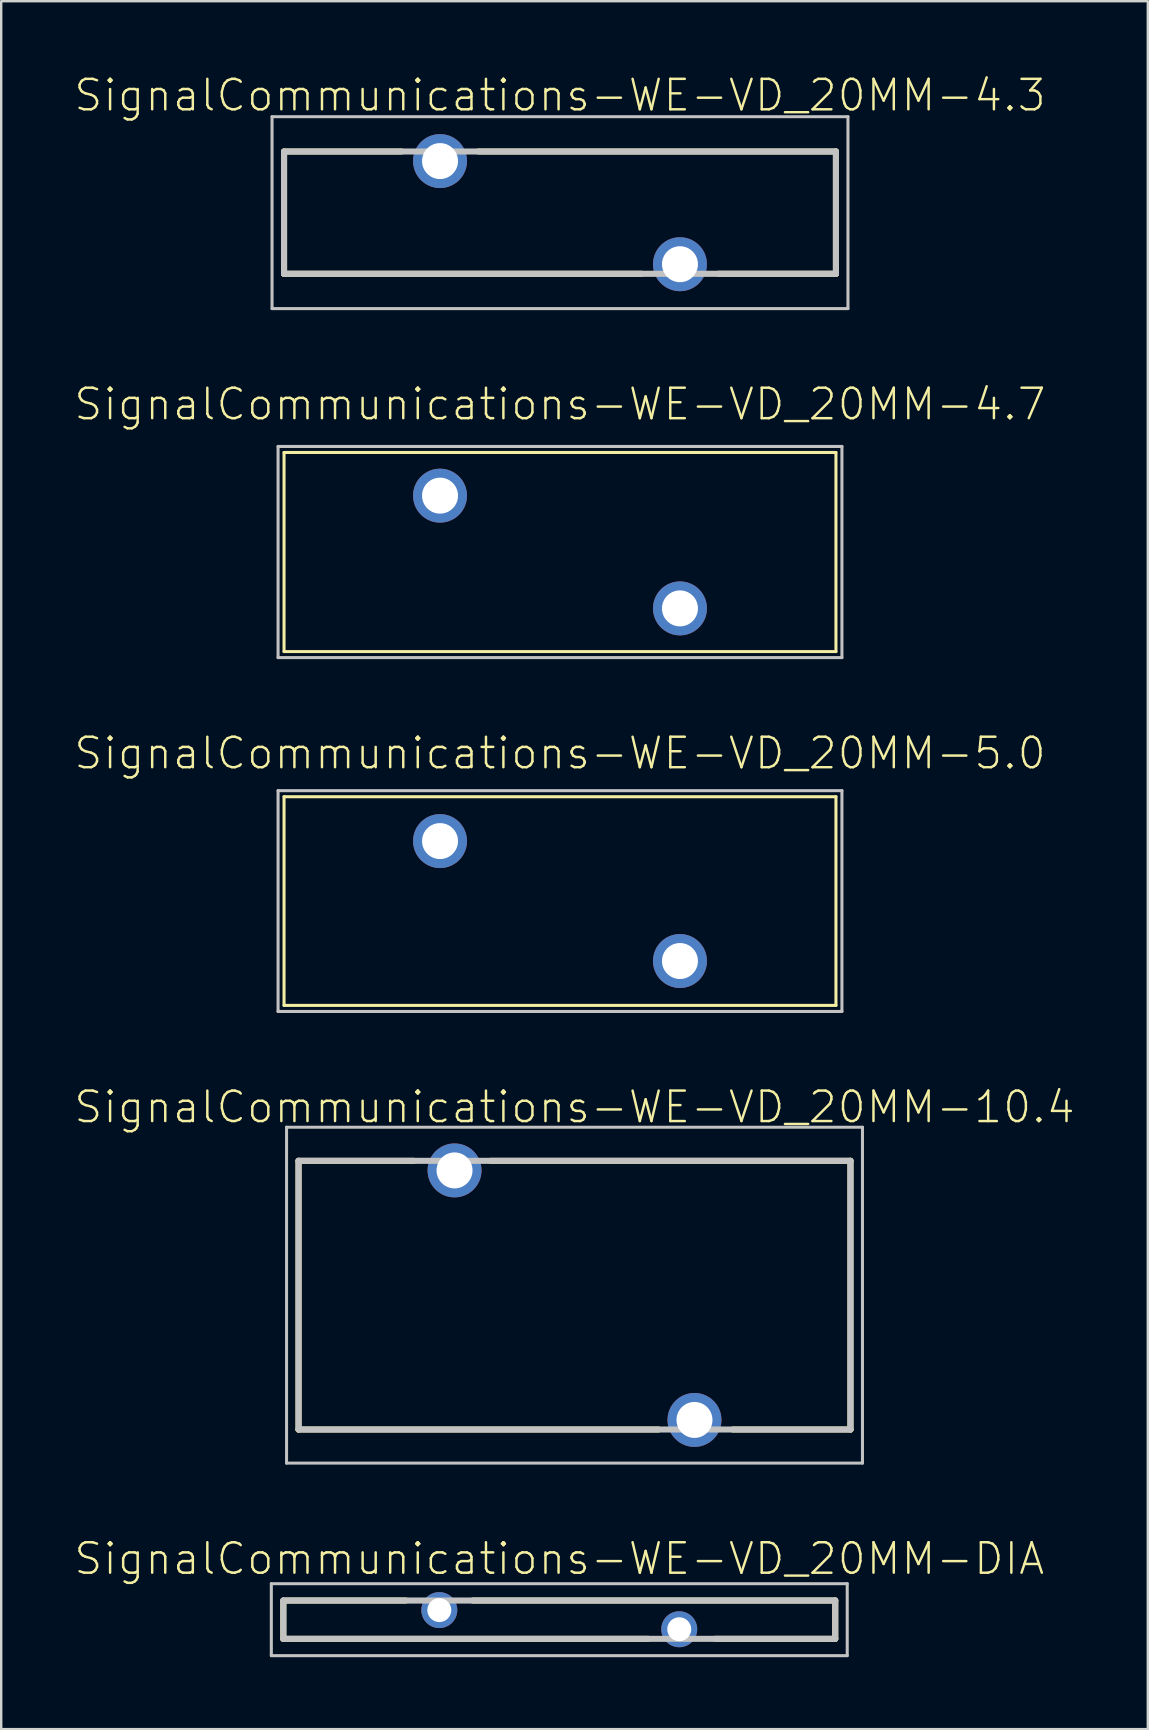
<source format=kicad_pcb>
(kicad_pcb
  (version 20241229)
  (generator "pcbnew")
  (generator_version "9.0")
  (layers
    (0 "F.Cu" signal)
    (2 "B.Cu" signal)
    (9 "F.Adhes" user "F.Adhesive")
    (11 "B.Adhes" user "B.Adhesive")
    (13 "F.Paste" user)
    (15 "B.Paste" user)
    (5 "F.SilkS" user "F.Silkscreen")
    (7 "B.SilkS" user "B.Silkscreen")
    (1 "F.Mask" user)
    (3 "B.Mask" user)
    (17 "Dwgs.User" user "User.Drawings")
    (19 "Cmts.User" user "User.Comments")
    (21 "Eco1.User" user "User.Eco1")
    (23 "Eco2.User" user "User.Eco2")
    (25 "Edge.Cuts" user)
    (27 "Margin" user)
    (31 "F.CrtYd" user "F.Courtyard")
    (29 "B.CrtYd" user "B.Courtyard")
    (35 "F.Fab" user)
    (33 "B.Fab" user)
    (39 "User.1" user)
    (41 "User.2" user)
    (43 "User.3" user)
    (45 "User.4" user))
  (footprint "SignalCommunications-WE-VD_20MM-10.4"
    (layer "F.Cu")
    (at 20.89 50.92)
    (property "Reference" "SignalCommunications-WE-VD_20MM-10.4" (at 0 -7.838 0) (layer "F.SilkS") (effects (font (size 1.27 1.27) (thickness 0.102))))
    (attr exclude_from_pos_files exclude_from_bom)
    (fp_line (start -11.499 -5.598) (end -6.698 -5.598) (stroke (width 0.254) (type solid)) (layer "F.SilkS"))
    (fp_line (start -11.499 5.598) (end -11.499 -5.598) (stroke (width 0.254) (type solid)) (layer "F.SilkS"))
    (fp_line (start -3.498 -5.598) (end 11.499 -5.598) (stroke (width 0.254) (type solid)) (layer "F.SilkS"))
    (fp_line (start 3.498 5.598) (end -11.499 5.598) (stroke (width 0.254) (type solid)) (layer "F.SilkS"))
    (fp_line (start 11.499 -5.598) (end 11.499 5.598) (stroke (width 0.254) (type solid)) (layer "F.SilkS"))
    (fp_line (start 11.499 5.598) (end 6.599 5.598) (stroke (width 0.254) (type solid)) (layer "F.SilkS"))
    (fp_line (start -11.999 -6.998) (end 11.999 -6.998) (stroke (width 0.127) (type solid)) (layer "Dwgs.User"))
    (fp_line (start -11.999 6.998) (end -11.999 -6.998) (stroke (width 0.127) (type solid)) (layer "Dwgs.User"))
    (fp_line (start -11.499 -5.598) (end 11.499 -5.598) (stroke (width 0.254) (type solid)) (layer "Dwgs.User"))
    (fp_line (start -11.499 5.598) (end -11.499 -5.598) (stroke (width 0.254) (type solid)) (layer "Dwgs.User"))
    (fp_line (start 11.499 -5.598) (end 11.499 5.598) (stroke (width 0.254) (type solid)) (layer "Dwgs.User"))
    (fp_line (start 11.499 5.598) (end -11.499 5.598) (stroke (width 0.254) (type solid)) (layer "Dwgs.User"))
    (fp_line (start 11.999 -6.998) (end 11.999 6.998) (stroke (width 0.127) (type solid)) (layer "Dwgs.User"))
    (fp_line (start 11.999 6.998) (end -11.999 6.998) (stroke (width 0.127) (type solid)) (layer "Dwgs.User"))
    (pad "1" thru_hole circle (at -4.999 -5.199) (size 2.248 2.248) (drill 1.499) (layers "*.Cu" "*.Paste" "*.Mask"))
    (pad "2" thru_hole circle (at 4.999 5.199) (size 2.248 2.248) (drill 1.499) (layers "*.Cu" "*.Paste" "*.Mask")))
  (footprint "SignalCommunications-WE-VD_20MM-5.0"
    (layer "F.Cu")
    (at 20.285 34.497)
    (property "Reference" "SignalCommunications-WE-VD_20MM-5.0" (at 0 -6.16 0) (layer "F.SilkS") (effects (font (size 1.27 1.27) (thickness 0.102))))
    (attr exclude_from_pos_files exclude_from_bom)
    (fp_line (start -11.499 -4.348) (end 11.499 -4.348) (stroke (width 0.127) (type solid)) (layer "F.SilkS"))
    (fp_line (start -11.499 4.348) (end -11.499 -4.348) (stroke (width 0.127) (type solid)) (layer "F.SilkS"))
    (fp_line (start 11.499 -4.348) (end 11.499 4.348) (stroke (width 0.127) (type solid)) (layer "F.SilkS"))
    (fp_line (start 11.499 4.348) (end -11.499 4.348) (stroke (width 0.127) (type solid)) (layer "F.SilkS"))
    (fp_line (start -11.748 -4.6) (end 11.748 -4.6) (stroke (width 0.127) (type solid)) (layer "Dwgs.User"))
    (fp_line (start -11.748 4.6) (end -11.748 -4.6) (stroke (width 0.127) (type solid)) (layer "Dwgs.User"))
    (fp_line (start 11.748 -4.6) (end 11.748 4.6) (stroke (width 0.127) (type solid)) (layer "Dwgs.User"))
    (fp_line (start 11.748 4.6) (end -11.748 4.6) (stroke (width 0.127) (type solid)) (layer "Dwgs.User"))
    (pad "1" thru_hole circle (at -4.999 -2.499) (size 2.248 2.248) (drill 1.499) (layers "*.Cu" "*.Paste" "*.Mask"))
    (pad "2" thru_hole circle (at 4.999 2.499) (size 2.248 2.248) (drill 1.499) (layers "*.Cu" "*.Paste" "*.Mask")))
  (footprint "SignalCommunications-WE-VD_20MM-DIA"
    (layer "F.Cu")
    (at 20.255 64.442)
    (property "Reference" "SignalCommunications-WE-VD_20MM-DIA" (at 0 -2.54 0) (layer "F.SilkS") (effects (font (size 1.27 1.27) (thickness 0.102))))
    (attr exclude_from_pos_files exclude_from_bom)
    (fp_line (start -11.499 0.798) (end -11.499 -0.798) (stroke (width 0.254) (type solid)) (layer "F.SilkS"))
    (fp_line (start -11.4 -0.798) (end -6.398 -0.798) (stroke (width 0.254) (type solid)) (layer "F.SilkS"))
    (fp_line (start -3.599 -0.798) (end 11.499 -0.798) (stroke (width 0.254) (type solid)) (layer "F.SilkS"))
    (fp_line (start 3.698 0.798) (end -11.499 0.798) (stroke (width 0.254) (type solid)) (layer "F.SilkS"))
    (fp_line (start 11.499 -0.798) (end 11.499 0.798) (stroke (width 0.254) (type solid)) (layer "F.SilkS"))
    (fp_line (start 11.499 0.798) (end 6.5 0.798) (stroke (width 0.254) (type solid)) (layer "F.SilkS"))
    (fp_line (start -11.999 -1.499) (end 11.999 -1.499) (stroke (width 0.127) (type solid)) (layer "Dwgs.User"))
    (fp_line (start -11.999 1.499) (end -11.999 -1.499) (stroke (width 0.127) (type solid)) (layer "Dwgs.User"))
    (fp_line (start -11.499 -0.798) (end 11.499 -0.798) (stroke (width 0.254) (type solid)) (layer "Dwgs.User"))
    (fp_line (start -11.499 0.798) (end -11.499 -0.798) (stroke (width 0.254) (type solid)) (layer "Dwgs.User"))
    (fp_line (start 11.499 -0.798) (end 11.499 0.798) (stroke (width 0.254) (type solid)) (layer "Dwgs.User"))
    (fp_line (start 11.499 0.798) (end -11.499 0.798) (stroke (width 0.254) (type solid)) (layer "Dwgs.User"))
    (fp_line (start 11.999 -1.499) (end 11.999 1.499) (stroke (width 0.127) (type solid)) (layer "Dwgs.User"))
    (fp_line (start 11.999 1.499) (end -11.999 1.499) (stroke (width 0.127) (type solid)) (layer "Dwgs.User"))
    (pad "1" thru_hole circle (at -4.999 -0.399) (size 1.499 1.499) (drill 0.998) (layers "*.Cu" "*.Paste" "*.Mask"))
    (pad "2" thru_hole circle (at 4.999 0.399) (size 1.499 1.499) (drill 0.998) (layers "*.Cu" "*.Paste" "*.Mask")))
  (footprint "SignalCommunications-WE-VD_20MM-4.3"
    (layer "F.Cu")
    (at 20.285 5.811)
    (property "Reference" "SignalCommunications-WE-VD_20MM-4.3" (at 0 -4.889 0) (layer "F.SilkS") (effects (font (size 1.27 1.27) (thickness 0.102))))
    (attr exclude_from_pos_files exclude_from_bom)
    (fp_line (start -11.499 -2.548) (end -6.599 -2.548) (stroke (width 0.254) (type solid)) (layer "F.SilkS"))
    (fp_line (start -11.499 2.548) (end -11.499 -2.548) (stroke (width 0.254) (type solid)) (layer "F.SilkS"))
    (fp_line (start -3.399 -2.548) (end 11.499 -2.548) (stroke (width 0.254) (type solid)) (layer "F.SilkS"))
    (fp_line (start 3.399 2.548) (end -11.499 2.548) (stroke (width 0.254) (type solid)) (layer "F.SilkS"))
    (fp_line (start 11.499 -2.548) (end 11.499 2.548) (stroke (width 0.254) (type solid)) (layer "F.SilkS"))
    (fp_line (start 11.499 2.548) (end 6.599 2.548) (stroke (width 0.254) (type solid)) (layer "F.SilkS"))
    (fp_line (start -11.999 -3.998) (end 11.999 -3.998) (stroke (width 0.127) (type solid)) (layer "Dwgs.User"))
    (fp_line (start -11.999 3.998) (end -11.999 -3.998) (stroke (width 0.127) (type solid)) (layer "Dwgs.User"))
    (fp_line (start -11.499 2.548) (end -11.499 -2.548) (stroke (width 0.254) (type solid)) (layer "Dwgs.User"))
    (fp_line (start -11.4 -2.548) (end 11.499 -2.548) (stroke (width 0.254) (type solid)) (layer "Dwgs.User"))
    (fp_line (start 11.499 -2.548) (end 11.499 2.548) (stroke (width 0.254) (type solid)) (layer "Dwgs.User"))
    (fp_line (start 11.499 2.548) (end -11.499 2.548) (stroke (width 0.254) (type solid)) (layer "Dwgs.User"))
    (fp_line (start 11.999 -3.998) (end 11.999 3.998) (stroke (width 0.127) (type solid)) (layer "Dwgs.User"))
    (fp_line (start 11.999 3.998) (end -11.999 3.998) (stroke (width 0.127) (type solid)) (layer "Dwgs.User"))
    (pad "1" thru_hole circle (at -4.999 -2.149) (size 2.248 2.248) (drill 1.499) (layers "*.Cu" "*.Paste" "*.Mask"))
    (pad "2" thru_hole circle (at 4.999 2.149) (size 2.248 2.248) (drill 1.499) (layers "*.Cu" "*.Paste" "*.Mask")))
  (footprint "SignalCommunications-WE-VD_20MM-4.7"
    (layer "F.Cu")
    (at 20.285 19.953)
    (property "Reference" "SignalCommunications-WE-VD_20MM-4.7" (at 0 -6.16 0) (layer "F.SilkS") (effects (font (size 1.27 1.27) (thickness 0.102))))
    (attr exclude_from_pos_files exclude_from_bom)
    (fp_line (start -11.499 -4.148) (end 11.499 -4.148) (stroke (width 0.127) (type solid)) (layer "F.SilkS"))
    (fp_line (start -11.499 4.148) (end -11.499 -4.148) (stroke (width 0.127) (type solid)) (layer "F.SilkS"))
    (fp_line (start 11.499 -4.148) (end 11.499 4.148) (stroke (width 0.127) (type solid)) (layer "F.SilkS"))
    (fp_line (start 11.499 4.148) (end -11.499 4.148) (stroke (width 0.127) (type solid)) (layer "F.SilkS"))
    (fp_line (start -11.748 -4.399) (end 11.748 -4.399) (stroke (width 0.127) (type solid)) (layer "Dwgs.User"))
    (fp_line (start -11.748 4.399) (end -11.748 -4.399) (stroke (width 0.127) (type solid)) (layer "Dwgs.User"))
    (fp_line (start 11.748 -4.399) (end 11.748 4.399) (stroke (width 0.127) (type solid)) (layer "Dwgs.User"))
    (fp_line (start 11.748 4.399) (end -11.748 4.399) (stroke (width 0.127) (type solid)) (layer "Dwgs.User"))
    (pad "1" thru_hole circle (at -4.999 -2.349) (size 2.248 2.248) (drill 1.499) (layers "*.Cu" "*.Paste" "*.Mask"))
    (pad "2" thru_hole circle (at 4.999 2.349) (size 2.248 2.248) (drill 1.499) (layers "*.Cu" "*.Paste" "*.Mask")))
  (gr_rect
    (start -3 -3)
    (end 44.779 69.004)
    (stroke (width 0.1) (type default))
    (fill no)
    (layer "Edge.Cuts")))
</source>
